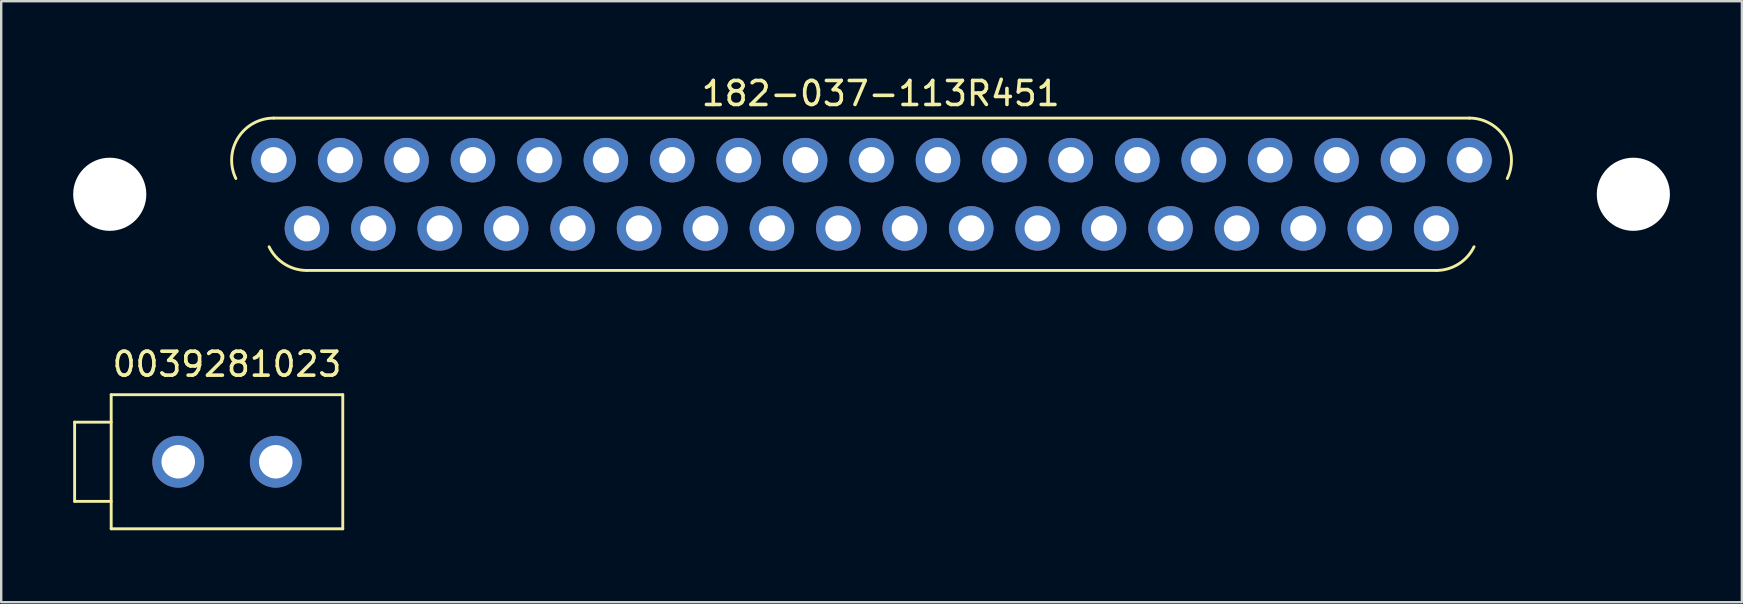
<source format=kicad_pcb>
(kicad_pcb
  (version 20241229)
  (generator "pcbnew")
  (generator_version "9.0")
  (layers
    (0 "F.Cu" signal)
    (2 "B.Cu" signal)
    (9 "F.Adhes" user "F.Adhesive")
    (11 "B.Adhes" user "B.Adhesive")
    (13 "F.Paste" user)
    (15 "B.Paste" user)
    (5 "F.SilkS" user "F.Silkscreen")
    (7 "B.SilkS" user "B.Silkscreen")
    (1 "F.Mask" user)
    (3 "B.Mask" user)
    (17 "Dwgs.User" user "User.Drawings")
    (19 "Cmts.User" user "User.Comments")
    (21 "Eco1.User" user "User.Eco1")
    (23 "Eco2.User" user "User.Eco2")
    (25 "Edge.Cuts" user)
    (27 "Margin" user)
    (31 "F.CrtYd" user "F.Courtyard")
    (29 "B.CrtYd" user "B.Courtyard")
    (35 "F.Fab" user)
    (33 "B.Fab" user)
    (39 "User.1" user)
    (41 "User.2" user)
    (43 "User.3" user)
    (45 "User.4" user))
  (footprint "0039281023"
    (layer "F.Cu")
    (at 6.41 16.195)
    (property "Reference" "0039281023" (at 0 -4.064 0) (layer "F.SilkS") (effects (font (size 1 1) (thickness 0.15))))
    (attr through_hole)
    (fp_line (start -6.35 -1.651) (end -6.35 1.651) (stroke (width 0.12) (type solid)) (layer "F.SilkS"))
    (fp_line (start -6.35 -1.651) (end -4.826 -1.651) (stroke (width 0.12) (type solid)) (layer "F.SilkS"))
    (fp_line (start -6.35 1.651) (end -4.826 1.651) (stroke (width 0.12) (type solid)) (layer "F.SilkS"))
    (fp_line (start -4.826 -2.794) (end -4.826 2.794) (stroke (width 0.12) (type solid)) (layer "F.SilkS"))
    (fp_line (start -4.826 -2.794) (end 4.826 -2.794) (stroke (width 0.12) (type solid)) (layer "F.SilkS"))
    (fp_line (start 4.826 -2.794) (end 4.826 2.794) (stroke (width 0.12) (type solid)) (layer "F.SilkS"))
    (fp_line (start 4.826 2.794) (end -4.826 2.794) (stroke (width 0.12) (type solid)) (layer "F.SilkS"))
    (pad "1" thru_hole circle (at -2.032 0) (size 2.159 2.159) (drill 1.397) (layers "*.Cu" "*.Mask"))
    (pad "2" thru_hole circle (at 2.032 0) (size 2.159 2.159) (drill 1.397) (layers "*.Cu" "*.Mask")))
  (footprint "182-037-113R451"
    (layer "F.Cu")
    (at 33.274 5.047)
    (property "Reference" "182-037-113R451" (at 0.381 -4.199 0) (layer "F.SilkS") (effects (font (size 1 1) (thickness 0.15))))
    (attr through_hole)
    (fp_line (start -23.533 3.175) (end 23.533 3.175) (stroke (width 0.12) (type solid)) (layer "F.SilkS"))
    (fp_line (start 24.917 -3.175) (end -24.917 -3.175) (stroke (width 0.12) (type solid)) (layer "F.SilkS"))
    (fp_arc (start -26.493965 -0.656861) (mid -26.402878 -2.352433) (end -24.9174 -3.175) (stroke (width 0.12) (type solid)) (layer "F.SilkS"))
    (fp_arc (start -23.5331 3.175) (mid -24.463133 2.907878) (end -25.109665 2.187939) (stroke (width 0.12) (type solid)) (layer "F.SilkS"))
    (fp_arc (start 24.9174 -3.175) (mid 26.402878 -2.352433) (end 26.493965 -0.656861) (stroke (width 0.12) (type solid)) (layer "F.SilkS"))
    (fp_arc (start 25.109665 2.187939) (mid 24.463133 2.907878) (end 23.5331 3.175) (stroke (width 0.12) (type solid)) (layer "F.SilkS"))
    (pad "" np_thru_hole circle (at -31.75 0) (size 3.048 3.048) (drill 3.048) (layers "*.Cu" "*.Mask"))
    (pad "" np_thru_hole circle (at 31.75 0) (size 3.048 3.048) (drill 3.048) (layers "*.Cu" "*.Mask"))
    (pad "1" thru_hole circle (at 24.917 -1.422) (size 1.854 1.854) (drill 1.092) (layers "*.Cu" "*.Mask"))
    (pad "2" thru_hole circle (at 22.149 -1.422) (size 1.854 1.854) (drill 1.092) (layers "*.Cu" "*.Mask"))
    (pad "3" thru_hole circle (at 19.38 -1.422) (size 1.854 1.854) (drill 1.092) (layers "*.Cu" "*.Mask"))
    (pad "4" thru_hole circle (at 16.612 -1.422) (size 1.854 1.854) (drill 1.092) (layers "*.Cu" "*.Mask"))
    (pad "5" thru_hole circle (at 13.843 -1.422) (size 1.854 1.854) (drill 1.092) (layers "*.Cu" "*.Mask"))
    (pad "6" thru_hole circle (at 11.074 -1.422) (size 1.854 1.854) (drill 1.092) (layers "*.Cu" "*.Mask"))
    (pad "7" thru_hole circle (at 8.306 -1.422) (size 1.854 1.854) (drill 1.092) (layers "*.Cu" "*.Mask"))
    (pad "8" thru_hole circle (at 5.537 -1.422) (size 1.854 1.854) (drill 1.092) (layers "*.Cu" "*.Mask"))
    (pad "9" thru_hole circle (at 2.769 -1.422) (size 1.854 1.854) (drill 1.092) (layers "*.Cu" "*.Mask"))
    (pad "10" thru_hole circle (at 0 -1.422) (size 1.854 1.854) (drill 1.092) (layers "*.Cu" "*.Mask"))
    (pad "11" thru_hole circle (at -2.769 -1.422) (size 1.854 1.854) (drill 1.092) (layers "*.Cu" "*.Mask"))
    (pad "12" thru_hole circle (at -5.537 -1.422) (size 1.854 1.854) (drill 1.092) (layers "*.Cu" "*.Mask"))
    (pad "13" thru_hole circle (at -8.306 -1.422) (size 1.854 1.854) (drill 1.092) (layers "*.Cu" "*.Mask"))
    (pad "14" thru_hole circle (at -11.074 -1.422) (size 1.854 1.854) (drill 1.092) (layers "*.Cu" "*.Mask"))
    (pad "15" thru_hole circle (at -13.843 -1.422) (size 1.854 1.854) (drill 1.092) (layers "*.Cu" "*.Mask"))
    (pad "16" thru_hole circle (at -16.612 -1.422) (size 1.854 1.854) (drill 1.092) (layers "*.Cu" "*.Mask"))
    (pad "17" thru_hole circle (at -19.38 -1.422) (size 1.854 1.854) (drill 1.092) (layers "*.Cu" "*.Mask"))
    (pad "18" thru_hole circle (at -22.149 -1.422) (size 1.854 1.854) (drill 1.092) (layers "*.Cu" "*.Mask"))
    (pad "19" thru_hole circle (at -24.917 -1.422) (size 1.854 1.854) (drill 1.092) (layers "*.Cu" "*.Mask"))
    (pad "20" thru_hole circle (at 23.533 1.422) (size 1.854 1.854) (drill 1.092) (layers "*.Cu" "*.Mask"))
    (pad "21" thru_hole circle (at 20.765 1.422) (size 1.854 1.854) (drill 1.092) (layers "*.Cu" "*.Mask"))
    (pad "22" thru_hole circle (at 17.996 1.422) (size 1.854 1.854) (drill 1.092) (layers "*.Cu" "*.Mask"))
    (pad "23" thru_hole circle (at 15.227 1.422) (size 1.854 1.854) (drill 1.092) (layers "*.Cu" "*.Mask"))
    (pad "24" thru_hole circle (at 12.459 1.422) (size 1.854 1.854) (drill 1.092) (layers "*.Cu" "*.Mask"))
    (pad "25" thru_hole circle (at 9.69 1.422) (size 1.854 1.854) (drill 1.092) (layers "*.Cu" "*.Mask"))
    (pad "26" thru_hole circle (at 6.921 1.422) (size 1.854 1.854) (drill 1.092) (layers "*.Cu" "*.Mask"))
    (pad "27" thru_hole circle (at 4.153 1.422) (size 1.854 1.854) (drill 1.092) (layers "*.Cu" "*.Mask"))
    (pad "28" thru_hole circle (at 1.384 1.422) (size 1.854 1.854) (drill 1.092) (layers "*.Cu" "*.Mask"))
    (pad "29" thru_hole circle (at -1.384 1.422) (size 1.854 1.854) (drill 1.092) (layers "*.Cu" "*.Mask"))
    (pad "30" thru_hole circle (at -4.153 1.422) (size 1.854 1.854) (drill 1.092) (layers "*.Cu" "*.Mask"))
    (pad "31" thru_hole circle (at -6.921 1.422) (size 1.854 1.854) (drill 1.092) (layers "*.Cu" "*.Mask"))
    (pad "32" thru_hole circle (at -9.69 1.422) (size 1.854 1.854) (drill 1.092) (layers "*.Cu" "*.Mask"))
    (pad "33" thru_hole circle (at -12.459 1.422) (size 1.854 1.854) (drill 1.092) (layers "*.Cu" "*.Mask"))
    (pad "34" thru_hole circle (at -15.227 1.422) (size 1.854 1.854) (drill 1.092) (layers "*.Cu" "*.Mask"))
    (pad "35" thru_hole circle (at -17.996 1.422) (size 1.854 1.854) (drill 1.092) (layers "*.Cu" "*.Mask"))
    (pad "36" thru_hole circle (at -20.765 1.422) (size 1.854 1.854) (drill 1.092) (layers "*.Cu" "*.Mask"))
    (pad "37" thru_hole circle (at -23.533 1.422) (size 1.854 1.854) (drill 1.092) (layers "*.Cu" "*.Mask")))
  (gr_rect
    (start -3 -3)
    (end 69.548 22.049)
    (stroke (width 0.1) (type default))
    (fill no)
    (layer "Edge.Cuts")))
</source>
